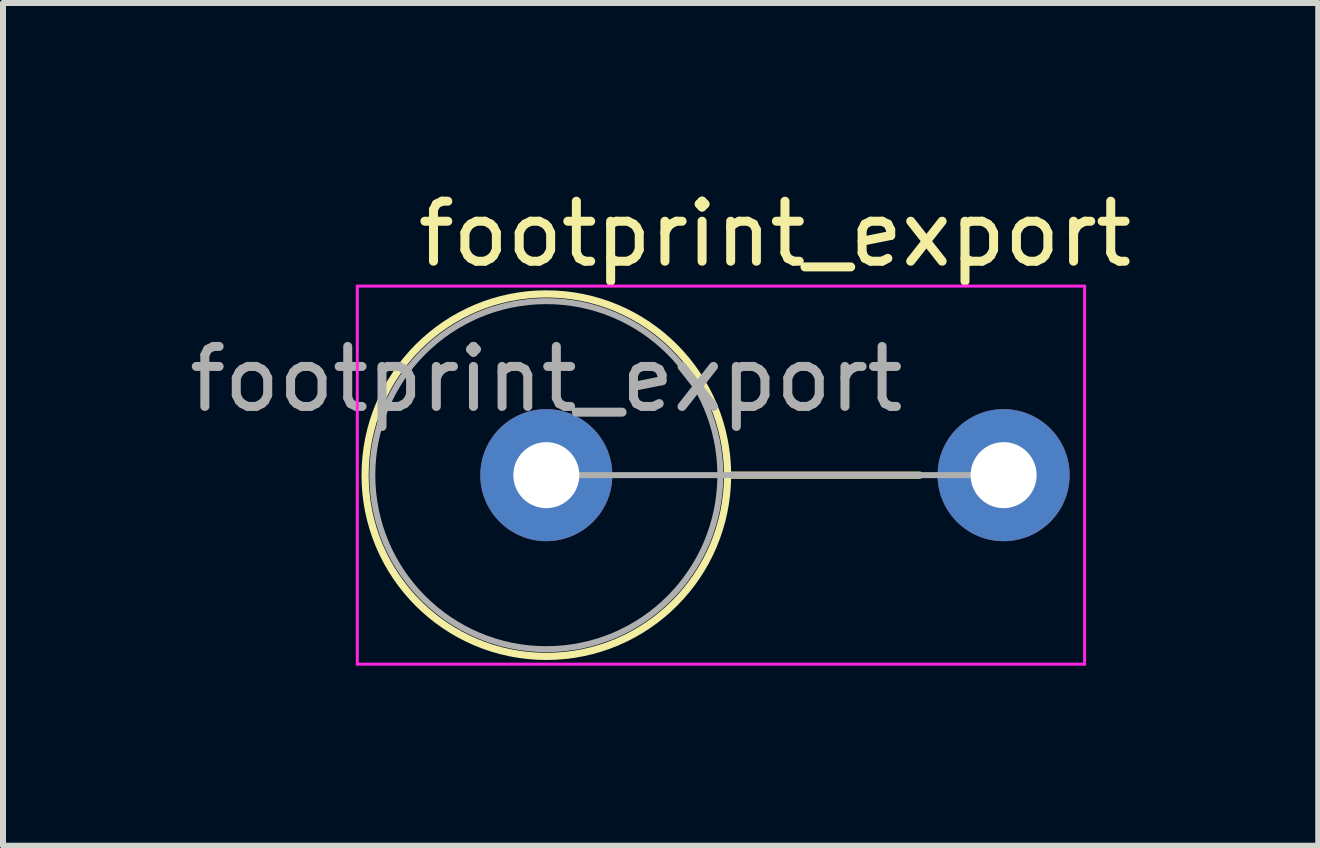
<source format=kicad_pcb>
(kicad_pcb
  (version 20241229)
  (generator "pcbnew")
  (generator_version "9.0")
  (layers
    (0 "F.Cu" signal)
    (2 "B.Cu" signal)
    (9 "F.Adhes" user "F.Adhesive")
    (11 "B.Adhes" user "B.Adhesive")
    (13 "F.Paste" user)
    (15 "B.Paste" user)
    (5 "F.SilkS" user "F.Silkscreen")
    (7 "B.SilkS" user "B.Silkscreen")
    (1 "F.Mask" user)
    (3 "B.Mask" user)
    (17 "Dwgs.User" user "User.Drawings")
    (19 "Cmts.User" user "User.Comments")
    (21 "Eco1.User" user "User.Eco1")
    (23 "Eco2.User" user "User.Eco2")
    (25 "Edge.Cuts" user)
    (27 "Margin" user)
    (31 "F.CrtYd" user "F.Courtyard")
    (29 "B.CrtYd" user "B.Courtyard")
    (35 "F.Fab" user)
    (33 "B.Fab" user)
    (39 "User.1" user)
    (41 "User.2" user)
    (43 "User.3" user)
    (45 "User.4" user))
  (footprint "footprint_export"
    (layer "F.Cu")
    (at 6.054 4.868)
    (property "Reference" "footprint_export" (at 3.81 -4.02 0) (layer "F.SilkS") (effects (font (size 1 1) (thickness 0.15))))
    (attr through_hole)
    (fp_line (start 3.02 0) (end 6.22 0) (stroke (width 0.12) (type solid)) (layer "F.SilkS"))
    (fp_circle (center 0 0) (end 3.02 0) (stroke (width 0.12) (type solid)) (fill no) (layer "F.SilkS"))
    (fp_line (start -3.15 -3.15) (end -3.15 3.15) (stroke (width 0.05) (type solid)) (layer "F.CrtYd"))
    (fp_line (start -3.15 3.15) (end 8.97 3.15) (stroke (width 0.05) (type solid)) (layer "F.CrtYd"))
    (fp_line (start 8.97 -3.15) (end -3.15 -3.15) (stroke (width 0.05) (type solid)) (layer "F.CrtYd"))
    (fp_line (start 8.97 3.15) (end 8.97 -3.15) (stroke (width 0.05) (type solid)) (layer "F.CrtYd"))
    (fp_line (start 0 0) (end 7.62 0) (stroke (width 0.1) (type solid)) (layer "F.Fab"))
    (fp_circle (center 0 0) (end 2.9 0) (stroke (width 0.1) (type solid)) (fill no) (layer "F.Fab"))
    (fp_text user "${REFERENCE}" (at 0 -1.6 0) (layer "F.Fab") (effects (font (size 1 1) (thickness 0.15))))
    (pad "1" thru_hole circle (at 0 0) (size 2.2 2.2) (drill 1.1) (layers "*.Cu" "*.Mask"))
    (pad "2" thru_hole oval (at 7.62 0) (size 2.2 2.2) (drill 1.1) (layers "*.Cu" "*.Mask")))
  (gr_rect
    (start -3 -3)
    (end 18.917 11.043)
    (stroke (width 0.1) (type default))
    (fill no)
    (layer "Edge.Cuts")))
</source>
